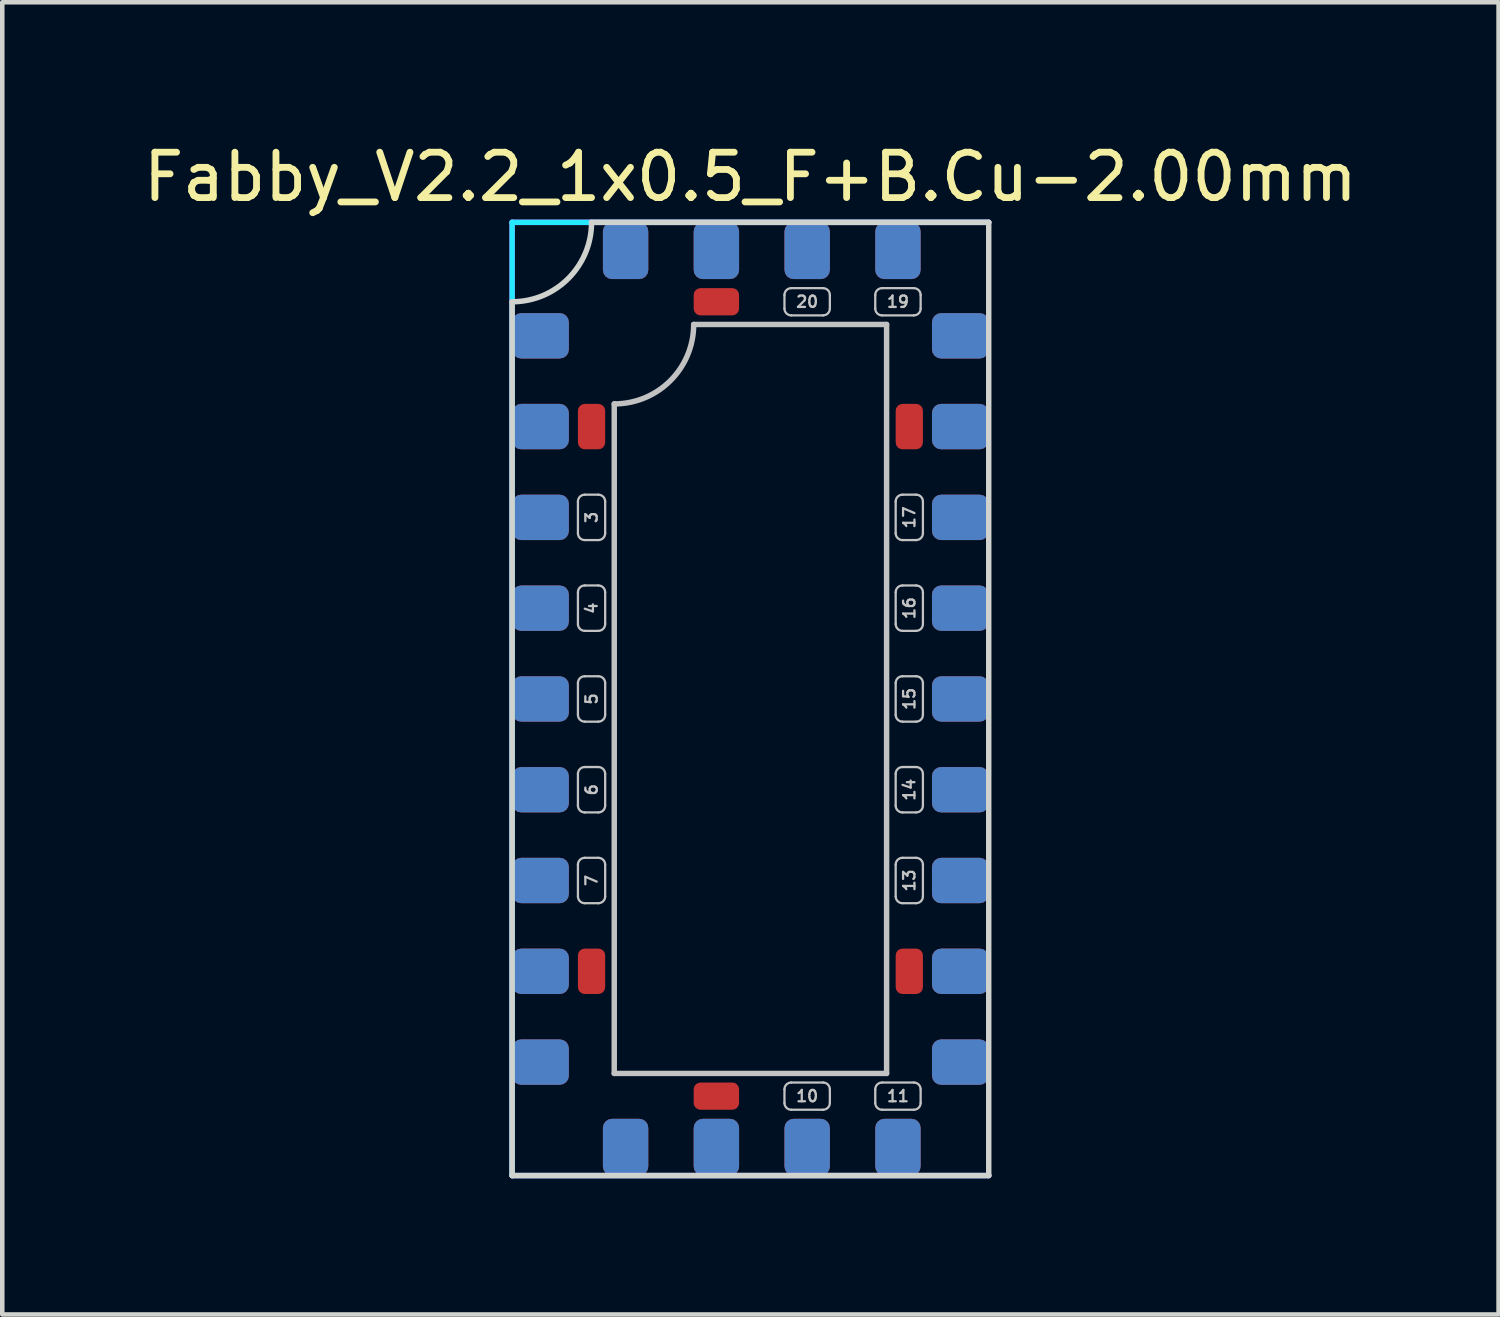
<source format=kicad_pcb>
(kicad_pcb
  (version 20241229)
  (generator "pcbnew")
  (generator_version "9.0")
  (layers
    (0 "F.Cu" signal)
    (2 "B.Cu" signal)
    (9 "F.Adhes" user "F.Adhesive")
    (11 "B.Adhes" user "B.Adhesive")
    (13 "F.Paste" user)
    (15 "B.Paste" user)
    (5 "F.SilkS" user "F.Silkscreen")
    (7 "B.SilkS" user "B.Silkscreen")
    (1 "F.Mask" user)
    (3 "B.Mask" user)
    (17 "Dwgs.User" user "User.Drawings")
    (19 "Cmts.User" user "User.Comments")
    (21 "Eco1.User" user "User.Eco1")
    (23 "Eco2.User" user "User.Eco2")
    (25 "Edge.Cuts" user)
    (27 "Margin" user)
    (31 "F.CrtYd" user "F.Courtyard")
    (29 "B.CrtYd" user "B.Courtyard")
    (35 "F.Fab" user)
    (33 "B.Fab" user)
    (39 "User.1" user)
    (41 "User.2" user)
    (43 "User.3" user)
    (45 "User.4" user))
  (footprint "Fabby_V2.2_1x0.5_F+B.Cu-2.00mm"
    (layer "F.Cu")
    (at 13.482 12.348)
    (property "Reference" "Fabby_V2.2_1x0.5_F+B.Cu-2.00mm" (at 0 -11.5 0) (layer "F.SilkS") (effects (font (size 1 1) (thickness 0.15))))
    (attr through_hole)
    (fp_line (start -3.8 -3.65) (end -3.8 -4.35) (stroke (width 0.05) (type solid)) (layer "Dwgs.User"))
    (fp_line (start -3.8 -1.65) (end -3.8 -2.35) (stroke (width 0.05) (type solid)) (layer "Dwgs.User"))
    (fp_line (start -3.8 0.35) (end -3.8 -0.35) (stroke (width 0.05) (type solid)) (layer "Dwgs.User"))
    (fp_line (start -3.8 2.35) (end -3.8 1.65) (stroke (width 0.05) (type solid)) (layer "Dwgs.User"))
    (fp_line (start -3.8 4.35) (end -3.8 3.65) (stroke (width 0.05) (type solid)) (layer "Dwgs.User"))
    (fp_line (start -3.65 -4.5) (end -3.35 -4.5) (stroke (width 0.05) (type solid)) (layer "Dwgs.User"))
    (fp_line (start -3.65 -3.5) (end -3.35 -3.5) (stroke (width 0.05) (type solid)) (layer "Dwgs.User"))
    (fp_line (start -3.65 -2.5) (end -3.35 -2.5) (stroke (width 0.05) (type solid)) (layer "Dwgs.User"))
    (fp_line (start -3.65 -1.5) (end -3.35 -1.5) (stroke (width 0.05) (type solid)) (layer "Dwgs.User"))
    (fp_line (start -3.65 -0.5) (end -3.35 -0.5) (stroke (width 0.05) (type solid)) (layer "Dwgs.User"))
    (fp_line (start -3.65 0.5) (end -3.35 0.5) (stroke (width 0.05) (type solid)) (layer "Dwgs.User"))
    (fp_line (start -3.65 1.5) (end -3.35 1.5) (stroke (width 0.05) (type solid)) (layer "Dwgs.User"))
    (fp_line (start -3.65 2.5) (end -3.35 2.5) (stroke (width 0.05) (type solid)) (layer "Dwgs.User"))
    (fp_line (start -3.65 3.5) (end -3.35 3.5) (stroke (width 0.05) (type solid)) (layer "Dwgs.User"))
    (fp_line (start -3.65 4.5) (end -3.35 4.5) (stroke (width 0.05) (type solid)) (layer "Dwgs.User"))
    (fp_line (start -3.2 -3.65) (end -3.2 -4.35) (stroke (width 0.05) (type solid)) (layer "Dwgs.User"))
    (fp_line (start -3.2 -1.65) (end -3.2 -2.35) (stroke (width 0.05) (type solid)) (layer "Dwgs.User"))
    (fp_line (start -3.2 0.35) (end -3.2 -0.35) (stroke (width 0.05) (type solid)) (layer "Dwgs.User"))
    (fp_line (start -3.2 2.35) (end -3.2 1.65) (stroke (width 0.05) (type solid)) (layer "Dwgs.User"))
    (fp_line (start -3.2 4.35) (end -3.2 3.65) (stroke (width 0.05) (type solid)) (layer "Dwgs.User"))
    (fp_line (start -3 8.25) (end -3 -6.5) (stroke (width 0.12) (type solid)) (layer "Dwgs.User"))
    (fp_line (start -1.25 -8.25) (end 3 -8.25) (stroke (width 0.12) (type solid)) (layer "Dwgs.User"))
    (fp_line (start 0.75 -8.9) (end 0.75 -8.6) (stroke (width 0.05) (type solid)) (layer "Dwgs.User"))
    (fp_line (start 0.75 8.6) (end 0.75 8.9) (stroke (width 0.05) (type solid)) (layer "Dwgs.User"))
    (fp_line (start 0.9 -9.05) (end 1.6 -9.05) (stroke (width 0.05) (type solid)) (layer "Dwgs.User"))
    (fp_line (start 0.9 -8.45) (end 1.6 -8.45) (stroke (width 0.05) (type solid)) (layer "Dwgs.User"))
    (fp_line (start 0.9 8.45) (end 1.6 8.45) (stroke (width 0.05) (type solid)) (layer "Dwgs.User"))
    (fp_line (start 0.9 9.05) (end 1.6 9.05) (stroke (width 0.05) (type solid)) (layer "Dwgs.User"))
    (fp_line (start 1.75 -8.9) (end 1.75 -8.6) (stroke (width 0.05) (type solid)) (layer "Dwgs.User"))
    (fp_line (start 1.75 8.6) (end 1.75 8.9) (stroke (width 0.05) (type solid)) (layer "Dwgs.User"))
    (fp_line (start 2.75 -8.9) (end 2.75 -8.6) (stroke (width 0.05) (type solid)) (layer "Dwgs.User"))
    (fp_line (start 2.75 8.6) (end 2.75 8.9) (stroke (width 0.05) (type solid)) (layer "Dwgs.User"))
    (fp_line (start 2.9 -9.05) (end 3.6 -9.05) (stroke (width 0.05) (type solid)) (layer "Dwgs.User"))
    (fp_line (start 2.9 -8.45) (end 3.6 -8.45) (stroke (width 0.05) (type solid)) (layer "Dwgs.User"))
    (fp_line (start 2.9 8.45) (end 3.6 8.45) (stroke (width 0.05) (type solid)) (layer "Dwgs.User"))
    (fp_line (start 2.9 9.05) (end 3.6 9.05) (stroke (width 0.05) (type solid)) (layer "Dwgs.User"))
    (fp_line (start 3 -8.25) (end 3 8.25) (stroke (width 0.12) (type solid)) (layer "Dwgs.User"))
    (fp_line (start 3 8.25) (end -3 8.25) (stroke (width 0.12) (type solid)) (layer "Dwgs.User"))
    (fp_line (start 3.2 -3.65) (end 3.2 -4.35) (stroke (width 0.05) (type solid)) (layer "Dwgs.User"))
    (fp_line (start 3.2 -1.65) (end 3.2 -2.35) (stroke (width 0.05) (type solid)) (layer "Dwgs.User"))
    (fp_line (start 3.2 0.35) (end 3.2 -0.35) (stroke (width 0.05) (type solid)) (layer "Dwgs.User"))
    (fp_line (start 3.2 2.35) (end 3.2 1.65) (stroke (width 0.05) (type solid)) (layer "Dwgs.User"))
    (fp_line (start 3.2 4.35) (end 3.2 3.65) (stroke (width 0.05) (type solid)) (layer "Dwgs.User"))
    (fp_line (start 3.35 -4.5) (end 3.65 -4.5) (stroke (width 0.05) (type solid)) (layer "Dwgs.User"))
    (fp_line (start 3.35 -3.5) (end 3.65 -3.5) (stroke (width 0.05) (type solid)) (layer "Dwgs.User"))
    (fp_line (start 3.35 -2.5) (end 3.65 -2.5) (stroke (width 0.05) (type solid)) (layer "Dwgs.User"))
    (fp_line (start 3.35 -1.5) (end 3.65 -1.5) (stroke (width 0.05) (type solid)) (layer "Dwgs.User"))
    (fp_line (start 3.35 -0.5) (end 3.65 -0.5) (stroke (width 0.05) (type solid)) (layer "Dwgs.User"))
    (fp_line (start 3.35 0.5) (end 3.65 0.5) (stroke (width 0.05) (type solid)) (layer "Dwgs.User"))
    (fp_line (start 3.35 1.5) (end 3.65 1.5) (stroke (width 0.05) (type solid)) (layer "Dwgs.User"))
    (fp_line (start 3.35 2.5) (end 3.65 2.5) (stroke (width 0.05) (type solid)) (layer "Dwgs.User"))
    (fp_line (start 3.35 3.5) (end 3.65 3.5) (stroke (width 0.05) (type solid)) (layer "Dwgs.User"))
    (fp_line (start 3.35 4.5) (end 3.65 4.5) (stroke (width 0.05) (type solid)) (layer "Dwgs.User"))
    (fp_line (start 3.75 -8.9) (end 3.75 -8.6) (stroke (width 0.05) (type solid)) (layer "Dwgs.User"))
    (fp_line (start 3.75 8.6) (end 3.75 8.9) (stroke (width 0.05) (type solid)) (layer "Dwgs.User"))
    (fp_line (start 3.8 -3.65) (end 3.8 -4.35) (stroke (width 0.05) (type solid)) (layer "Dwgs.User"))
    (fp_line (start 3.8 -1.65) (end 3.8 -2.35) (stroke (width 0.05) (type solid)) (layer "Dwgs.User"))
    (fp_line (start 3.8 0.35) (end 3.8 -0.35) (stroke (width 0.05) (type solid)) (layer "Dwgs.User"))
    (fp_line (start 3.8 2.35) (end 3.8 1.65) (stroke (width 0.05) (type solid)) (layer "Dwgs.User"))
    (fp_line (start 3.8 4.35) (end 3.8 3.65) (stroke (width 0.05) (type solid)) (layer "Dwgs.User"))
    (fp_arc (start -3.8 -4.35) (mid -3.756066 -4.456066) (end -3.65 -4.5) (stroke (width 0.05) (type solid)) (layer "Dwgs.User"))
    (fp_arc (start -3.8 -2.35) (mid -3.756066 -2.456066) (end -3.65 -2.5) (stroke (width 0.05) (type solid)) (layer "Dwgs.User"))
    (fp_arc (start -3.8 -0.35) (mid -3.756066 -0.456066) (end -3.65 -0.5) (stroke (width 0.05) (type solid)) (layer "Dwgs.User"))
    (fp_arc (start -3.8 1.65) (mid -3.756066 1.543934) (end -3.65 1.5) (stroke (width 0.05) (type solid)) (layer "Dwgs.User"))
    (fp_arc (start -3.8 3.65) (mid -3.756066 3.543934) (end -3.65 3.5) (stroke (width 0.05) (type solid)) (layer "Dwgs.User"))
    (fp_arc (start -3.65 -3.5) (mid -3.756066 -3.543934) (end -3.8 -3.65) (stroke (width 0.05) (type solid)) (layer "Dwgs.User"))
    (fp_arc (start -3.65 -1.5) (mid -3.756066 -1.543934) (end -3.8 -1.65) (stroke (width 0.05) (type solid)) (layer "Dwgs.User"))
    (fp_arc (start -3.65 0.5) (mid -3.756066 0.456066) (end -3.8 0.35) (stroke (width 0.05) (type solid)) (layer "Dwgs.User"))
    (fp_arc (start -3.65 2.5) (mid -3.756066 2.456066) (end -3.8 2.35) (stroke (width 0.05) (type solid)) (layer "Dwgs.User"))
    (fp_arc (start -3.65 4.5) (mid -3.756066 4.456066) (end -3.8 4.35) (stroke (width 0.05) (type solid)) (layer "Dwgs.User"))
    (fp_arc (start -3.35 -4.5) (mid -3.243934 -4.456066) (end -3.2 -4.35) (stroke (width 0.05) (type solid)) (layer "Dwgs.User"))
    (fp_arc (start -3.35 -2.5) (mid -3.243934 -2.456066) (end -3.2 -2.35) (stroke (width 0.05) (type solid)) (layer "Dwgs.User"))
    (fp_arc (start -3.35 -0.5) (mid -3.243934 -0.456066) (end -3.2 -0.35) (stroke (width 0.05) (type solid)) (layer "Dwgs.User"))
    (fp_arc (start -3.35 1.5) (mid -3.243934 1.543934) (end -3.2 1.65) (stroke (width 0.05) (type solid)) (layer "Dwgs.User"))
    (fp_arc (start -3.35 3.5) (mid -3.243934 3.543934) (end -3.2 3.65) (stroke (width 0.05) (type solid)) (layer "Dwgs.User"))
    (fp_arc (start -3.2 -3.65) (mid -3.243934 -3.543934) (end -3.35 -3.5) (stroke (width 0.05) (type solid)) (layer "Dwgs.User"))
    (fp_arc (start -3.2 -1.65) (mid -3.243934 -1.543934) (end -3.35 -1.5) (stroke (width 0.05) (type solid)) (layer "Dwgs.User"))
    (fp_arc (start -3.2 0.35) (mid -3.243934 0.456066) (end -3.35 0.5) (stroke (width 0.05) (type solid)) (layer "Dwgs.User"))
    (fp_arc (start -3.2 2.35) (mid -3.243934 2.456066) (end -3.35 2.5) (stroke (width 0.05) (type solid)) (layer "Dwgs.User"))
    (fp_arc (start -3.2 4.35) (mid -3.243934 4.456066) (end -3.35 4.5) (stroke (width 0.05) (type solid)) (layer "Dwgs.User"))
    (fp_arc (start -1.25 -8.25) (mid -1.762563 -7.012563) (end -3 -6.5) (stroke (width 0.12) (type solid)) (layer "Dwgs.User"))
    (fp_arc (start 0.75 -8.9) (mid 0.793934 -9.006066) (end 0.9 -9.05) (stroke (width 0.05) (type solid)) (layer "Dwgs.User"))
    (fp_arc (start 0.75 8.6) (mid 0.793934 8.493934) (end 0.9 8.45) (stroke (width 0.05) (type solid)) (layer "Dwgs.User"))
    (fp_arc (start 0.9 -8.45) (mid 0.793934 -8.493934) (end 0.75 -8.6) (stroke (width 0.05) (type solid)) (layer "Dwgs.User"))
    (fp_arc (start 0.9 9.05) (mid 0.793934 9.006066) (end 0.75 8.9) (stroke (width 0.05) (type solid)) (layer "Dwgs.User"))
    (fp_arc (start 1.6 -9.05) (mid 1.706066 -9.006066) (end 1.75 -8.9) (stroke (width 0.05) (type solid)) (layer "Dwgs.User"))
    (fp_arc (start 1.6 8.45) (mid 1.706066 8.493934) (end 1.75 8.6) (stroke (width 0.05) (type solid)) (layer "Dwgs.User"))
    (fp_arc (start 1.75 -8.6) (mid 1.706066 -8.493934) (end 1.6 -8.45) (stroke (width 0.05) (type solid)) (layer "Dwgs.User"))
    (fp_arc (start 1.75 8.9) (mid 1.706066 9.006066) (end 1.6 9.05) (stroke (width 0.05) (type solid)) (layer "Dwgs.User"))
    (fp_arc (start 2.75 -8.9) (mid 2.793934 -9.006066) (end 2.9 -9.05) (stroke (width 0.05) (type solid)) (layer "Dwgs.User"))
    (fp_arc (start 2.75 8.6) (mid 2.793934 8.493934) (end 2.9 8.45) (stroke (width 0.05) (type solid)) (layer "Dwgs.User"))
    (fp_arc (start 2.9 -8.45) (mid 2.793934 -8.493934) (end 2.75 -8.6) (stroke (width 0.05) (type solid)) (layer "Dwgs.User"))
    (fp_arc (start 2.9 9.05) (mid 2.793934 9.006066) (end 2.75 8.9) (stroke (width 0.05) (type solid)) (layer "Dwgs.User"))
    (fp_arc (start 3.2 -4.35) (mid 3.243934 -4.456066) (end 3.35 -4.5) (stroke (width 0.05) (type solid)) (layer "Dwgs.User"))
    (fp_arc (start 3.2 -2.35) (mid 3.243934 -2.456066) (end 3.35 -2.5) (stroke (width 0.05) (type solid)) (layer "Dwgs.User"))
    (fp_arc (start 3.2 -0.35) (mid 3.243934 -0.456066) (end 3.35 -0.5) (stroke (width 0.05) (type solid)) (layer "Dwgs.User"))
    (fp_arc (start 3.2 1.65) (mid 3.243934 1.543934) (end 3.35 1.5) (stroke (width 0.05) (type solid)) (layer "Dwgs.User"))
    (fp_arc (start 3.2 3.65) (mid 3.243934 3.543934) (end 3.35 3.5) (stroke (width 0.05) (type solid)) (layer "Dwgs.User"))
    (fp_arc (start 3.35 -3.5) (mid 3.243934 -3.543934) (end 3.2 -3.65) (stroke (width 0.05) (type solid)) (layer "Dwgs.User"))
    (fp_arc (start 3.35 -1.5) (mid 3.243934 -1.543934) (end 3.2 -1.65) (stroke (width 0.05) (type solid)) (layer "Dwgs.User"))
    (fp_arc (start 3.35 0.5) (mid 3.243934 0.456066) (end 3.2 0.35) (stroke (width 0.05) (type solid)) (layer "Dwgs.User"))
    (fp_arc (start 3.35 2.5) (mid 3.243934 2.456066) (end 3.2 2.35) (stroke (width 0.05) (type solid)) (layer "Dwgs.User"))
    (fp_arc (start 3.35 4.5) (mid 3.243934 4.456066) (end 3.2 4.35) (stroke (width 0.05) (type solid)) (layer "Dwgs.User"))
    (fp_arc (start 3.6 -9.05) (mid 3.706066 -9.006066) (end 3.75 -8.9) (stroke (width 0.05) (type solid)) (layer "Dwgs.User"))
    (fp_arc (start 3.6 8.45) (mid 3.706066 8.493934) (end 3.75 8.6) (stroke (width 0.05) (type solid)) (layer "Dwgs.User"))
    (fp_arc (start 3.65 -4.5) (mid 3.756066 -4.456066) (end 3.8 -4.35) (stroke (width 0.05) (type solid)) (layer "Dwgs.User"))
    (fp_arc (start 3.65 -2.5) (mid 3.756066 -2.456066) (end 3.8 -2.35) (stroke (width 0.05) (type solid)) (layer "Dwgs.User"))
    (fp_arc (start 3.65 -0.5) (mid 3.756066 -0.456066) (end 3.8 -0.35) (stroke (width 0.05) (type solid)) (layer "Dwgs.User"))
    (fp_arc (start 3.65 1.5) (mid 3.756066 1.543934) (end 3.8 1.65) (stroke (width 0.05) (type solid)) (layer "Dwgs.User"))
    (fp_arc (start 3.65 3.5) (mid 3.756066 3.543934) (end 3.8 3.65) (stroke (width 0.05) (type solid)) (layer "Dwgs.User"))
    (fp_arc (start 3.75 -8.6) (mid 3.706066 -8.493934) (end 3.6 -8.45) (stroke (width 0.05) (type solid)) (layer "Dwgs.User"))
    (fp_arc (start 3.75 8.9) (mid 3.706066 9.006066) (end 3.6 9.05) (stroke (width 0.05) (type solid)) (layer "Dwgs.User"))
    (fp_arc (start 3.8 -3.65) (mid 3.756066 -3.543934) (end 3.65 -3.5) (stroke (width 0.05) (type solid)) (layer "Dwgs.User"))
    (fp_arc (start 3.8 -1.65) (mid 3.756066 -1.543934) (end 3.65 -1.5) (stroke (width 0.05) (type solid)) (layer "Dwgs.User"))
    (fp_arc (start 3.8 0.35) (mid 3.756066 0.456066) (end 3.65 0.5) (stroke (width 0.05) (type solid)) (layer "Dwgs.User"))
    (fp_arc (start 3.8 2.35) (mid 3.756066 2.456066) (end 3.65 2.5) (stroke (width 0.05) (type solid)) (layer "Dwgs.User"))
    (fp_arc (start 3.8 4.35) (mid 3.756066 4.456066) (end 3.65 4.5) (stroke (width 0.05) (type solid)) (layer "Dwgs.User"))
    (fp_line (start -5.25 -8.75) (end -5.25 10.5) (stroke (width 0.12) (type solid)) (layer "Edge.Cuts"))
    (fp_line (start -5.25 10.5) (end 5.25 10.5) (stroke (width 0.12) (type solid)) (layer "Edge.Cuts"))
    (fp_line (start -3.5 -10.5) (end 5.25 -10.5) (stroke (width 0.12) (type solid)) (layer "Edge.Cuts"))
    (fp_line (start 5.25 -10.5) (end 5.25 10.5) (stroke (width 0.12) (type solid)) (layer "Edge.Cuts"))
    (fp_arc (start -3.5 -10.5) (mid -4.012563 -9.262563) (end -5.25 -8.75) (stroke (width 0.12) (type solid)) (layer "Edge.Cuts"))
    (fp_line (start -5.25 -10.5) (end 5.25 -10.5) (stroke (width 0.12) (type solid)) (layer "B.CrtYd"))
    (fp_line (start -5.25 10.5) (end -5.25 -10.5) (stroke (width 0.12) (type solid)) (layer "B.CrtYd"))
    (fp_line (start -5.25 10.5) (end 5.25 10.5) (stroke (width 0.12) (type solid)) (layer "B.CrtYd"))
    (fp_line (start -5.25 -10.5) (end 5.25 -10.5) (stroke (width 0.12) (type solid)) (layer "F.CrtYd"))
    (fp_line (start -5.25 10.5) (end -5.25 -10.5) (stroke (width 0.12) (type solid)) (layer "F.CrtYd"))
    (fp_line (start -5.25 10.5) (end 5.25 10.5) (stroke (width 0.12) (type solid)) (layer "F.CrtYd"))
    (fp_text user "17" (at 3.5 -4 90) (layer "Dwgs.User") (effects (font (size 0.25 0.25) (thickness 0.05))))
    (fp_text user "3" (at -3.5 -4 90) (layer "Dwgs.User") (effects (font (size 0.25 0.25) (thickness 0.05))))
    (fp_text user "19" (at 3.25 -8.75 0) (layer "Dwgs.User") (effects (font (size 0.25 0.25) (thickness 0.05))))
    (fp_text user "6" (at -3.5 2 90) (layer "Dwgs.User") (effects (font (size 0.25 0.25) (thickness 0.05))))
    (fp_text user "15" (at 3.5 0 90) (layer "Dwgs.User") (effects (font (size 0.25 0.25) (thickness 0.05))))
    (fp_text user "10" (at 1.25 8.75 0) (layer "Dwgs.User") (effects (font (size 0.25 0.25) (thickness 0.05))))
    (fp_text user "13" (at 3.5 4 90) (layer "Dwgs.User") (effects (font (size 0.25 0.25) (thickness 0.05))))
    (fp_text user "20" (at 1.25 -8.75 0) (layer "Dwgs.User") (effects (font (size 0.25 0.25) (thickness 0.05))))
    (fp_text user "11" (at 3.25 8.75 0) (layer "Dwgs.User") (effects (font (size 0.25 0.25) (thickness 0.05))))
    (fp_text user "4" (at -3.5 -2 90) (layer "Dwgs.User") (effects (font (size 0.25 0.25) (thickness 0.05))))
    (fp_text user "5" (at -3.5 0 90) (layer "Dwgs.User") (effects (font (size 0.25 0.25) (thickness 0.05))))
    (fp_text user "14" (at 3.5 2 90) (layer "Dwgs.User") (effects (font (size 0.25 0.25) (thickness 0.05))))
    (fp_text user "7" (at -3.5 4 90) (layer "Dwgs.User") (effects (font (size 0.25 0.25) (thickness 0.05))))
    (fp_text user "16" (at 3.5 -2 90) (layer "Dwgs.User") (effects (font (size 0.25 0.25) (thickness 0.05))))
    (pad "" smd roundrect (at -4.75 -6 90) (size 1 1.25) (drill (offset 0 0.125)) (layers "F.Cu" "F.Mask" "F.Paste") (roundrect_rratio 0.2))
    (pad "" smd roundrect (at -4.75 -6 90) (size 1 1.25) (drill (offset 0 0.125)) (layers "F.Mask" "B.Cu" "F.Paste") (roundrect_rratio 0.2))
    (pad "" smd roundrect (at -4.75 6 90) (size 1 1.25) (drill (offset 0 0.125)) (layers "F.Cu" "F.Mask" "F.Paste") (roundrect_rratio 0.2))
    (pad "" smd roundrect (at -4.75 6 90) (size 1 1.25) (drill (offset 0 0.125)) (layers "F.Mask" "B.Cu" "F.Paste") (roundrect_rratio 0.2))
    (pad "" smd roundrect (at -0.75 -10) (size 1 1.25) (drill (offset 0 0.125)) (layers "F.Cu" "F.Mask" "F.Paste") (roundrect_rratio 0.2))
    (pad "" smd roundrect (at -0.75 -10) (size 1 1.25) (drill (offset 0 0.125)) (layers "F.Mask" "B.Cu" "F.Paste") (roundrect_rratio 0.2))
    (pad "" smd roundrect (at -0.75 10 180) (size 1 1.25) (drill (offset 0 0.125)) (layers "F.Cu" "F.Mask" "F.Paste") (roundrect_rratio 0.2))
    (pad "" smd roundrect (at -0.75 10 180) (size 1 1.25) (drill (offset 0 0.125)) (layers "F.Mask" "B.Cu" "F.Paste") (roundrect_rratio 0.2))
    (pad "" smd roundrect (at 4.75 -6 270) (size 1 1.25) (drill (offset 0 0.125)) (layers "F.Cu" "F.Mask" "F.Paste") (roundrect_rratio 0.2))
    (pad "" smd roundrect (at 4.75 -6 270) (size 1 1.25) (drill (offset 0 0.125)) (layers "F.Mask" "B.Cu" "F.Paste") (roundrect_rratio 0.2))
    (pad "" smd roundrect (at 4.75 6 270) (size 1 1.25) (drill (offset 0 0.125)) (layers "F.Cu" "F.Mask" "F.Paste") (roundrect_rratio 0.2))
    (pad "" smd roundrect (at 4.75 6 270) (size 1 1.25) (drill (offset 0 0.125)) (layers "F.Mask" "B.Cu" "F.Paste") (roundrect_rratio 0.2))
    (pad "1" smd roundrect (at -4.75 -8 90) (size 1 1.25) (drill (offset 0 0.125)) (layers "F.Cu" "F.Mask" "F.Paste") (roundrect_rratio 0.2))
    (pad "1" smd roundrect (at -4.75 -8 90) (size 1 1.25) (drill (offset 0 0.125)) (layers "F.Mask" "B.Cu" "F.Paste") (roundrect_rratio 0.2))
    (pad "1" smd roundrect (at -4.75 8 90) (size 1 1.25) (drill (offset 0 0.125)) (layers "F.Cu" "F.Mask" "F.Paste") (roundrect_rratio 0.2))
    (pad "1" smd roundrect (at -4.75 8 90) (size 1 1.25) (drill (offset 0 0.125)) (layers "F.Mask" "B.Cu" "F.Paste") (roundrect_rratio 0.2))
    (pad "1" smd roundrect (at -2.75 -10) (size 1 1.25) (drill (offset 0 0.125)) (layers "F.Cu" "F.Mask" "F.Paste") (roundrect_rratio 0.2))
    (pad "1" smd roundrect (at -2.75 -10) (size 1 1.25) (drill (offset 0 0.125)) (layers "F.Mask" "B.Cu" "F.Paste") (roundrect_rratio 0.2))
    (pad "1" smd roundrect (at -2.75 10 180) (size 1 1.25) (drill (offset 0 0.125)) (layers "F.Cu" "F.Mask" "F.Paste") (roundrect_rratio 0.2))
    (pad "1" smd roundrect (at -2.75 10 180) (size 1 1.25) (drill (offset 0 0.125)) (layers "F.Mask" "B.Cu" "F.Paste") (roundrect_rratio 0.2))
    (pad "1" smd roundrect (at 4.75 -8 270) (size 1 1.25) (drill (offset 0 0.125)) (layers "F.Cu" "F.Mask" "F.Paste") (roundrect_rratio 0.2))
    (pad "1" smd roundrect (at 4.75 -8 270) (size 1 1.25) (drill (offset 0 0.125)) (layers "F.Mask" "B.Cu" "F.Paste") (roundrect_rratio 0.2))
    (pad "1" smd roundrect (at 4.75 8 270) (size 1 1.25) (drill (offset 0 0.125)) (layers "F.Cu" "F.Mask" "F.Paste") (roundrect_rratio 0.2))
    (pad "1" smd roundrect (at 4.75 8 270) (size 1 1.25) (drill (offset 0 0.125)) (layers "F.Mask" "B.Cu" "F.Paste") (roundrect_rratio 0.2))
    (pad "2" smd roundrect (at -3.5 -6) (size 0.6 1) (layers "F.Cu" "F.Mask" "F.Paste") (roundrect_rratio 0.25))
    (pad "3" smd roundrect (at -4.75 -4 90) (size 1 1.25) (drill (offset 0 0.125)) (layers "F.Cu" "F.Mask" "F.Paste") (roundrect_rratio 0.2))
    (pad "3" smd roundrect (at -4.75 -4 90) (size 1 1.25) (drill (offset 0 0.125)) (layers "F.Mask" "B.Cu" "F.Paste") (roundrect_rratio 0.2))
    (pad "4" smd roundrect (at -4.75 -2 90) (size 1 1.25) (drill (offset 0 0.125)) (layers "F.Cu" "F.Mask" "F.Paste") (roundrect_rratio 0.2))
    (pad "4" smd roundrect (at -4.75 -2 90) (size 1 1.25) (drill (offset 0 0.125)) (layers "F.Mask" "B.Cu" "F.Paste") (roundrect_rratio 0.2))
    (pad "5" smd roundrect (at -4.75 0 90) (size 1 1.25) (drill (offset 0 0.125)) (layers "F.Cu" "F.Mask" "F.Paste") (roundrect_rratio 0.2))
    (pad "5" smd roundrect (at -4.75 0 90) (size 1 1.25) (drill (offset 0 0.125)) (layers "F.Mask" "B.Cu" "F.Paste") (roundrect_rratio 0.2))
    (pad "6" smd roundrect (at -4.75 2 90) (size 1 1.25) (drill (offset 0 0.125)) (layers "F.Cu" "F.Mask" "F.Paste") (roundrect_rratio 0.2))
    (pad "6" smd roundrect (at -4.75 2 90) (size 1 1.25) (drill (offset 0 0.125)) (layers "F.Mask" "B.Cu" "F.Paste") (roundrect_rratio 0.2))
    (pad "7" smd roundrect (at -4.75 4 90) (size 1 1.25) (drill (offset 0 0.125)) (layers "F.Cu" "F.Mask" "F.Paste") (roundrect_rratio 0.2))
    (pad "7" smd roundrect (at -4.75 4 90) (size 1 1.25) (drill (offset 0 0.125)) (layers "F.Mask" "B.Cu" "F.Paste") (roundrect_rratio 0.2))
    (pad "8" smd roundrect (at -3.5 6) (size 0.6 1) (layers "F.Cu" "F.Mask" "F.Paste") (roundrect_rratio 0.25))
    (pad "9" smd roundrect (at -0.75 8.75 90) (size 0.6 1) (layers "F.Cu" "F.Mask" "F.Paste") (roundrect_rratio 0.25))
    (pad "10" smd roundrect (at 1.25 10 180) (size 1 1.25) (drill (offset 0 0.125)) (layers "F.Cu" "F.Mask" "F.Paste") (roundrect_rratio 0.2))
    (pad "10" smd roundrect (at 1.25 10 180) (size 1 1.25) (drill (offset 0 0.125)) (layers "F.Mask" "B.Cu" "F.Paste") (roundrect_rratio 0.2))
    (pad "11" smd roundrect (at 3.25 10 180) (size 1 1.25) (drill (offset 0 0.125)) (layers "F.Cu" "F.Mask" "F.Paste") (roundrect_rratio 0.2))
    (pad "11" smd roundrect (at 3.25 10 180) (size 1 1.25) (drill (offset 0 0.125)) (layers "F.Mask" "B.Cu" "F.Paste") (roundrect_rratio 0.2))
    (pad "12" smd roundrect (at 3.5 6) (size 0.6 1) (layers "F.Cu" "F.Mask" "F.Paste") (roundrect_rratio 0.25))
    (pad "13" smd roundrect (at 4.75 4 270) (size 1 1.25) (drill (offset 0 0.125)) (layers "F.Cu" "F.Mask" "F.Paste") (roundrect_rratio 0.2))
    (pad "13" smd roundrect (at 4.75 4 270) (size 1 1.25) (drill (offset 0 0.125)) (layers "F.Mask" "B.Cu" "F.Paste") (roundrect_rratio 0.2))
    (pad "14" smd roundrect (at 4.75 2 270) (size 1 1.25) (drill (offset 0 0.125)) (layers "F.Cu" "F.Mask" "F.Paste") (roundrect_rratio 0.2))
    (pad "14" smd roundrect (at 4.75 2 270) (size 1 1.25) (drill (offset 0 0.125)) (layers "F.Mask" "B.Cu" "F.Paste") (roundrect_rratio 0.2))
    (pad "15" smd roundrect (at 4.75 0 270) (size 1 1.25) (drill (offset 0 0.125)) (layers "F.Cu" "F.Mask" "F.Paste") (roundrect_rratio 0.2))
    (pad "15" smd roundrect (at 4.75 0 270) (size 1 1.25) (drill (offset 0 0.125)) (layers "F.Mask" "B.Cu" "F.Paste") (roundrect_rratio 0.2))
    (pad "16" smd roundrect (at 4.75 -2 270) (size 1 1.25) (drill (offset 0 0.125)) (layers "F.Cu" "F.Mask" "F.Paste") (roundrect_rratio 0.2))
    (pad "16" smd roundrect (at 4.75 -2 270) (size 1 1.25) (drill (offset 0 0.125)) (layers "F.Mask" "B.Cu" "F.Paste") (roundrect_rratio 0.2))
    (pad "17" smd roundrect (at 4.75 -4 270) (size 1 1.25) (drill (offset 0 0.125)) (layers "F.Cu" "F.Mask" "F.Paste") (roundrect_rratio 0.2))
    (pad "17" smd roundrect (at 4.75 -4 270) (size 1 1.25) (drill (offset 0 0.125)) (layers "F.Mask" "B.Cu" "F.Paste") (roundrect_rratio 0.2))
    (pad "18" smd roundrect (at 3.5 -6) (size 0.6 1) (layers "F.Cu" "F.Mask" "F.Paste") (roundrect_rratio 0.25))
    (pad "19" smd roundrect (at 3.25 -10) (size 1 1.25) (drill (offset 0 0.125)) (layers "F.Cu" "F.Mask" "F.Paste") (roundrect_rratio 0.2))
    (pad "19" smd roundrect (at 3.25 -10) (size 1 1.25) (drill (offset 0 0.125)) (layers "F.Mask" "B.Cu" "F.Paste") (roundrect_rratio 0.2))
    (pad "20" smd roundrect (at 1.25 -10) (size 1 1.25) (drill (offset 0 0.125)) (layers "F.Cu" "F.Mask" "F.Paste") (roundrect_rratio 0.2))
    (pad "20" smd roundrect (at 1.25 -10) (size 1 1.25) (drill (offset 0 0.125)) (layers "F.Mask" "B.Cu" "F.Paste") (roundrect_rratio 0.2))
    (pad "21" smd roundrect (at -0.75 -8.75 270) (size 0.6 1) (layers "F.Cu" "F.Mask" "F.Paste") (roundrect_rratio 0.25)))
  (gr_rect
    (start -3 -3)
    (end 29.964 25.908)
    (stroke (width 0.1) (type default))
    (fill no)
    (layer "Edge.Cuts")))
</source>
